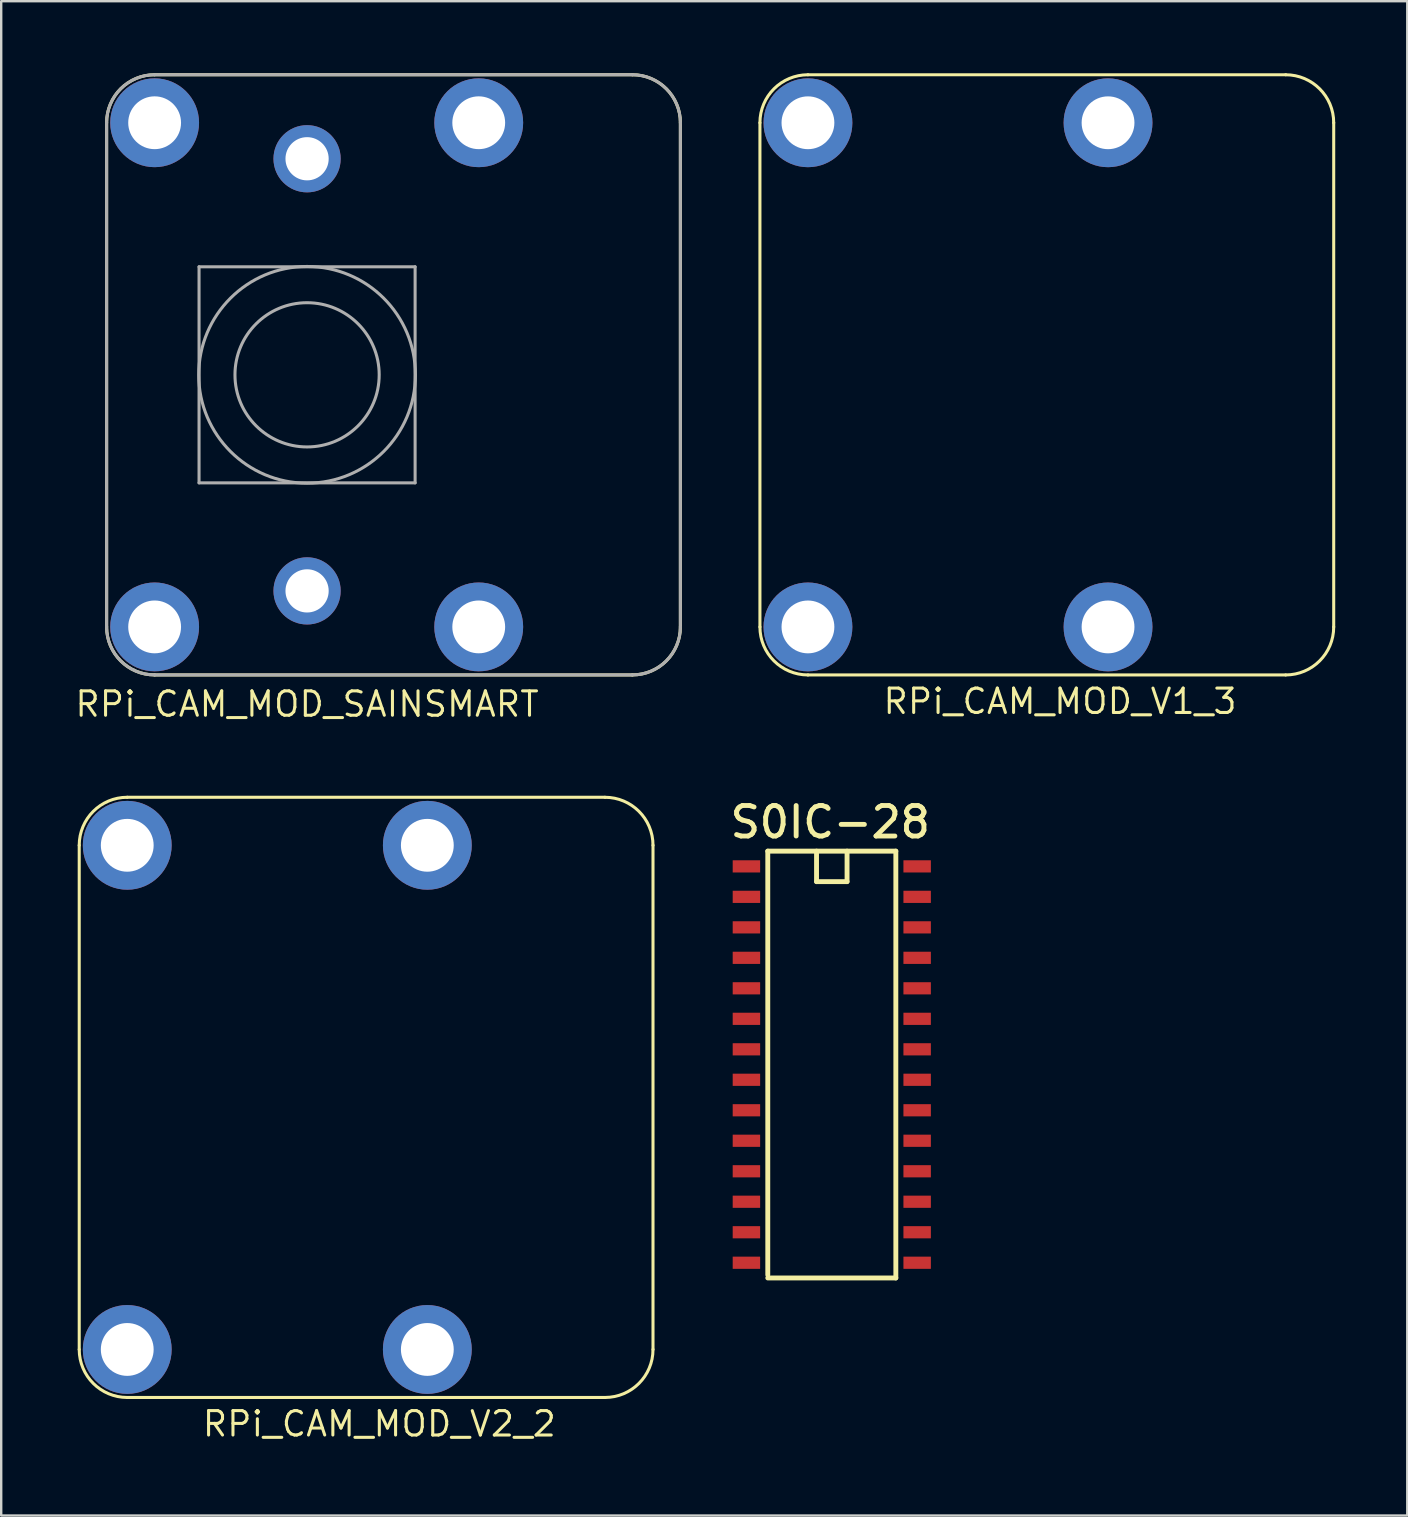
<source format=kicad_pcb>
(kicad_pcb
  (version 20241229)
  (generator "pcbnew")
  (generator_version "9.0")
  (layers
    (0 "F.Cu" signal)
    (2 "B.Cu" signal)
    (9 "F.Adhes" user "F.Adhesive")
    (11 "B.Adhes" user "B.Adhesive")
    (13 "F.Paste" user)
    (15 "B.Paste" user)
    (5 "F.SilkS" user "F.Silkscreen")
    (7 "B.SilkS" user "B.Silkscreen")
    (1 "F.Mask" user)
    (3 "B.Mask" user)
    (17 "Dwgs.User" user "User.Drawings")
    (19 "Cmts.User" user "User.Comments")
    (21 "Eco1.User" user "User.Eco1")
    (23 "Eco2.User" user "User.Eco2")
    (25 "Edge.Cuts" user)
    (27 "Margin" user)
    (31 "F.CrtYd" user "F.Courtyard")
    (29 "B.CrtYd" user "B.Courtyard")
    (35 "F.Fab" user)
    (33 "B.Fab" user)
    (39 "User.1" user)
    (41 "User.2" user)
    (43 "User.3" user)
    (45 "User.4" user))
  (footprint "RPi_CAM_MOD_V1_3"
    (layer "F.Cu")
    (at 28.604 25.064)
    (property "Reference" "RPi_CAM_MOD_V1_3" (at 12.5 1.1 0) (layer "F.SilkS") (effects (font (size 1.016 1.016) (thickness 0.127))))
    (attr through_hole)
    (fp_line (start 0 -23) (end 0 -2) (stroke (width 0.127) (type solid)) (layer "F.SilkS"))
    (fp_line (start 2 0) (end 21.9 0) (stroke (width 0.127) (type solid)) (layer "F.SilkS"))
    (fp_line (start 21.9 -25) (end 2 -25) (stroke (width 0.127) (type solid)) (layer "F.SilkS"))
    (fp_line (start 23.9 -2) (end 23.9 -23) (stroke (width 0.127) (type solid)) (layer "F.SilkS"))
    (fp_arc (start 0 -23) (mid 0.585786 -24.414214) (end 2 -25) (stroke (width 0.127) (type solid)) (layer "F.SilkS"))
    (fp_arc (start 2 0) (mid 0.585786 -0.585786) (end 0 -2) (stroke (width 0.127) (type solid)) (layer "F.SilkS"))
    (fp_arc (start 21.9 -25) (mid 23.314214 -24.414214) (end 23.9 -23) (stroke (width 0.127) (type solid)) (layer "F.SilkS"))
    (fp_arc (start 23.9 -2) (mid 23.314214 -0.585786) (end 21.9 0) (stroke (width 0.127) (type solid)) (layer "F.SilkS"))
    (pad "" thru_hole circle (at 2 -23) (size 3.7 3.7) (drill 2.2) (layers "*.Cu" "*.Mask"))
    (pad "" thru_hole circle (at 2 -2) (size 3.7 3.7) (drill 2.2) (layers "*.Cu" "*.Mask"))
    (pad "" thru_hole circle (at 14.5 -23) (size 3.7 3.7) (drill 2.2) (layers "*.Cu" "*.Mask"))
    (pad "" thru_hole circle (at 14.5 -2) (size 3.7 3.7) (drill 2.2) (layers "*.Cu" "*.Mask")))
  (footprint "S0IC-28"
    (layer "F.Cu")
    (at 31.534 40.594)
    (property "Reference" "S0IC-28" (at 0 -9.398 0) (layer "F.SilkS") (effects (font (size 1.27 1.27) (thickness 0.203))))
    (attr smd)
    (fp_line (start -2.603 9.461) (end -2.603 -8.191) (stroke (width 0.203) (type solid)) (layer "F.SilkS"))
    (fp_line (start -2.603 9.588) (end 2.731 9.588) (stroke (width 0.203) (type solid)) (layer "F.SilkS"))
    (fp_line (start -0.572 -6.921) (end -0.572 -8.191) (stroke (width 0.203) (type solid)) (layer "F.SilkS"))
    (fp_line (start 0.699 -8.191) (end 0.699 -6.921) (stroke (width 0.203) (type solid)) (layer "F.SilkS"))
    (fp_line (start 0.699 -6.921) (end -0.572 -6.921) (stroke (width 0.203) (type solid)) (layer "F.SilkS"))
    (fp_line (start 2.731 -8.191) (end -2.603 -8.191) (stroke (width 0.203) (type solid)) (layer "F.SilkS"))
    (fp_line (start 2.731 -8.191) (end 2.731 9.588) (stroke (width 0.203) (type solid)) (layer "F.SilkS"))
    (pad "1" smd rect (at -3.493 -7.556 270) (size 0.508 1.143) (layers "F.Cu" "F.Mask" "F.Paste"))
    (pad "2" smd rect (at -3.493 -6.287 270) (size 0.508 1.143) (layers "F.Cu" "F.Mask" "F.Paste"))
    (pad "3" smd rect (at -3.493 -5.016 270) (size 0.508 1.143) (layers "F.Cu" "F.Mask" "F.Paste"))
    (pad "4" smd rect (at -3.493 -3.747 270) (size 0.508 1.143) (layers "F.Cu" "F.Mask" "F.Paste"))
    (pad "5" smd rect (at -3.493 -2.477 270) (size 0.508 1.143) (layers "F.Cu" "F.Mask" "F.Paste"))
    (pad "6" smd rect (at -3.493 -1.206 270) (size 0.508 1.143) (layers "F.Cu" "F.Mask" "F.Paste"))
    (pad "7" smd rect (at -3.493 0.064 270) (size 0.508 1.143) (layers "F.Cu" "F.Mask" "F.Paste"))
    (pad "8" smd rect (at -3.493 1.333 270) (size 0.508 1.143) (layers "F.Cu" "F.Mask" "F.Paste"))
    (pad "9" smd rect (at -3.493 2.603 270) (size 0.508 1.143) (layers "F.Cu" "F.Mask" "F.Paste"))
    (pad "10" smd rect (at -3.493 3.873 270) (size 0.508 1.143) (layers "F.Cu" "F.Mask" "F.Paste"))
    (pad "11" smd rect (at -3.493 5.144 270) (size 0.508 1.143) (layers "F.Cu" "F.Mask" "F.Paste"))
    (pad "12" smd rect (at -3.493 6.413 270) (size 0.508 1.143) (layers "F.Cu" "F.Mask" "F.Paste"))
    (pad "13" smd rect (at -3.493 7.684 270) (size 0.508 1.143) (layers "F.Cu" "F.Mask" "F.Paste"))
    (pad "14" smd rect (at -3.493 8.954 270) (size 0.508 1.143) (layers "F.Cu" "F.Mask" "F.Paste"))
    (pad "15" smd rect (at 3.619 8.954 270) (size 0.508 1.143) (layers "F.Cu" "F.Mask" "F.Paste"))
    (pad "16" smd rect (at 3.619 7.684 270) (size 0.508 1.143) (layers "F.Cu" "F.Mask" "F.Paste"))
    (pad "17" smd rect (at 3.619 6.413 270) (size 0.508 1.143) (layers "F.Cu" "F.Mask" "F.Paste"))
    (pad "18" smd rect (at 3.619 5.144 270) (size 0.508 1.143) (layers "F.Cu" "F.Mask" "F.Paste"))
    (pad "19" smd rect (at 3.619 3.873 270) (size 0.508 1.143) (layers "F.Cu" "F.Mask" "F.Paste"))
    (pad "20" smd rect (at 3.619 2.603 270) (size 0.508 1.143) (layers "F.Cu" "F.Mask" "F.Paste"))
    (pad "21" smd rect (at 3.619 1.333 270) (size 0.508 1.143) (layers "F.Cu" "F.Mask" "F.Paste"))
    (pad "22" smd rect (at 3.619 0.064 270) (size 0.508 1.143) (layers "F.Cu" "F.Mask" "F.Paste"))
    (pad "23" smd rect (at 3.619 -1.206 270) (size 0.508 1.143) (layers "F.Cu" "F.Mask" "F.Paste"))
    (pad "24" smd rect (at 3.619 -2.477 270) (size 0.508 1.143) (layers "F.Cu" "F.Mask" "F.Paste"))
    (pad "25" smd rect (at 3.619 -3.747 270) (size 0.508 1.143) (layers "F.Cu" "F.Mask" "F.Paste"))
    (pad "26" smd rect (at 3.619 -5.016 270) (size 0.508 1.143) (layers "F.Cu" "F.Mask" "F.Paste"))
    (pad "27" smd rect (at 3.619 -6.287 270) (size 0.508 1.143) (layers "F.Cu" "F.Mask" "F.Paste"))
    (pad "28" smd rect (at 3.619 -7.556 270) (size 0.508 1.143) (layers "F.Cu" "F.Mask" "F.Paste")))
  (footprint "RPi_CAM_MOD_SAINSMART"
    (layer "F.Cu")
    (at 9.741 12.563)
    (property "Reference" "RPi_CAM_MOD_SAINSMART" (at 0 13.716 0) (layer "F.SilkS") (effects (font (size 1.016 1.016) (thickness 0.127))))
    (attr through_hole)
    (fp_line (start -8.35 -10.5) (end -8.35 10.5) (stroke (width 0.127) (type solid)) (layer "F.SilkS"))
    (fp_line (start -6.35 12.5) (end 13.55 12.5) (stroke (width 0.127) (type solid)) (layer "F.SilkS"))
    (fp_line (start 13.55 -12.5) (end -6.35 -12.5) (stroke (width 0.127) (type solid)) (layer "F.SilkS"))
    (fp_line (start 15.55 10.5) (end 15.55 -10.5) (stroke (width 0.127) (type solid)) (layer "F.SilkS"))
    (fp_arc (start -8.35 -10.5) (mid -7.764214 -11.914214) (end -6.35 -12.5) (stroke (width 0.127) (type solid)) (layer "F.SilkS"))
    (fp_arc (start -6.35 12.5) (mid -7.764214 11.914214) (end -8.35 10.5) (stroke (width 0.127) (type solid)) (layer "F.SilkS"))
    (fp_arc (start 13.55 -12.5) (mid 14.964214 -11.914214) (end 15.55 -10.5) (stroke (width 0.127) (type solid)) (layer "F.SilkS"))
    (fp_arc (start 15.55 10.5) (mid 14.964214 11.914214) (end 13.55 12.5) (stroke (width 0.127) (type solid)) (layer "F.SilkS"))
    (fp_line (start -8.35 -10.5) (end -8.35 10.5) (stroke (width 0.127) (type solid)) (layer "F.Fab"))
    (fp_line (start -6.35 12.5) (end 13.55 12.5) (stroke (width 0.127) (type solid)) (layer "F.Fab"))
    (fp_line (start -4.5 -4.5) (end 4.5 -4.5) (stroke (width 0.127) (type solid)) (layer "F.Fab"))
    (fp_line (start -4.5 4.5) (end -4.5 -4.5) (stroke (width 0.127) (type solid)) (layer "F.Fab"))
    (fp_line (start 4.5 -4.5) (end 4.5 4.5) (stroke (width 0.127) (type solid)) (layer "F.Fab"))
    (fp_line (start 4.5 4.5) (end -4.5 4.5) (stroke (width 0.127) (type solid)) (layer "F.Fab"))
    (fp_line (start 13.55 -12.5) (end -6.35 -12.5) (stroke (width 0.127) (type solid)) (layer "F.Fab"))
    (fp_line (start 15.55 10.5) (end 15.55 -10.5) (stroke (width 0.127) (type solid)) (layer "F.Fab"))
    (fp_arc (start -8.35 -10.5) (mid -7.764214 -11.914214) (end -6.35 -12.5) (stroke (width 0.127) (type solid)) (layer "F.Fab"))
    (fp_arc (start -6.35 12.5) (mid -7.764214 11.914214) (end -8.35 10.5) (stroke (width 0.127) (type solid)) (layer "F.Fab"))
    (fp_arc (start 13.55 -12.5) (mid 14.964214 -11.914214) (end 15.55 -10.5) (stroke (width 0.127) (type solid)) (layer "F.Fab"))
    (fp_arc (start 15.55 10.5) (mid 14.964214 11.914214) (end 13.55 12.5) (stroke (width 0.127) (type solid)) (layer "F.Fab"))
    (fp_circle (center 0 0) (end -0.35 4.5) (stroke (width 0.127) (type solid)) (fill no) (layer "F.Fab"))
    (fp_circle (center 0 0) (end 0.15 3) (stroke (width 0.127) (type solid)) (fill no) (layer "F.Fab"))
    (pad "" thru_hole circle (at -6.35 -10.5) (size 3.7 3.7) (drill 2.2) (layers "*.Cu" "*.Mask"))
    (pad "" thru_hole circle (at -6.35 10.5) (size 3.7 3.7) (drill 2.2) (layers "*.Cu" "*.Mask"))
    (pad "" thru_hole circle (at 0 -9) (size 2.8 2.8) (drill 1.8) (layers "*.Cu" "*.Mask"))
    (pad "" thru_hole circle (at 0 9) (size 2.8 2.8) (drill 1.8) (layers "*.Cu" "*.Mask"))
    (pad "" thru_hole circle (at 7.15 -10.5) (size 3.7 3.7) (drill 2.2) (layers "*.Cu" "*.Mask"))
    (pad "" thru_hole circle (at 7.15 10.5) (size 3.7 3.7) (drill 2.2) (layers "*.Cu" "*.Mask")))
  (footprint "RPi_CAM_MOD_V2_2"
    (layer "F.Cu")
    (at 0.25 55.16)
    (property "Reference" "RPi_CAM_MOD_V2_2" (at 12.5 1.1 0) (layer "F.SilkS") (effects (font (size 1.016 1.016) (thickness 0.127))))
    (attr through_hole)
    (fp_line (start 0 -23) (end 0 -2) (stroke (width 0.127) (type solid)) (layer "F.SilkS"))
    (fp_line (start 2 0) (end 21.9 0) (stroke (width 0.127) (type solid)) (layer "F.SilkS"))
    (fp_line (start 21.9 -25) (end 2 -25) (stroke (width 0.127) (type solid)) (layer "F.SilkS"))
    (fp_line (start 23.9 -2) (end 23.9 -23) (stroke (width 0.127) (type solid)) (layer "F.SilkS"))
    (fp_arc (start 0 -23) (mid 0.585786 -24.414214) (end 2 -25) (stroke (width 0.127) (type solid)) (layer "F.SilkS"))
    (fp_arc (start 2 0) (mid 0.585786 -0.585786) (end 0 -2) (stroke (width 0.127) (type solid)) (layer "F.SilkS"))
    (fp_arc (start 21.9 -25) (mid 23.314214 -24.414214) (end 23.9 -23) (stroke (width 0.127) (type solid)) (layer "F.SilkS"))
    (fp_arc (start 23.9 -2) (mid 23.314214 -0.585786) (end 21.9 0) (stroke (width 0.127) (type solid)) (layer "F.SilkS"))
    (pad "" thru_hole circle (at 2 -23) (size 3.7 3.7) (drill 2.2) (layers "*.Cu" "*.Mask"))
    (pad "" thru_hole circle (at 2 -2) (size 3.7 3.7) (drill 2.2) (layers "*.Cu" "*.Mask"))
    (pad "" thru_hole circle (at 14.5 -23) (size 3.7 3.7) (drill 2.2) (layers "*.Cu" "*.Mask"))
    (pad "" thru_hole circle (at 14.5 -2) (size 3.7 3.7) (drill 2.2) (layers "*.Cu" "*.Mask")))
  (gr_rect
    (start -3 -3)
    (end 55.568 60.077)
    (stroke (width 0.1) (type default))
    (fill no)
    (layer "Edge.Cuts")))
</source>
